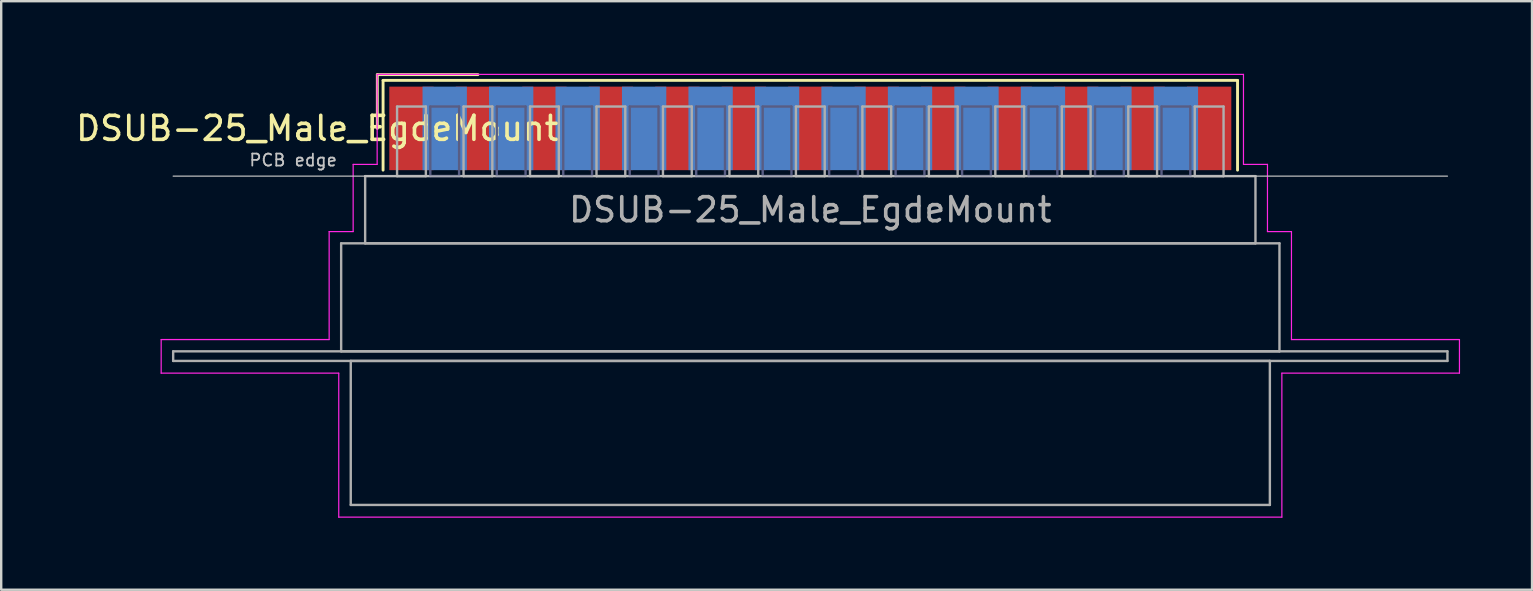
<source format=kicad_pcb>
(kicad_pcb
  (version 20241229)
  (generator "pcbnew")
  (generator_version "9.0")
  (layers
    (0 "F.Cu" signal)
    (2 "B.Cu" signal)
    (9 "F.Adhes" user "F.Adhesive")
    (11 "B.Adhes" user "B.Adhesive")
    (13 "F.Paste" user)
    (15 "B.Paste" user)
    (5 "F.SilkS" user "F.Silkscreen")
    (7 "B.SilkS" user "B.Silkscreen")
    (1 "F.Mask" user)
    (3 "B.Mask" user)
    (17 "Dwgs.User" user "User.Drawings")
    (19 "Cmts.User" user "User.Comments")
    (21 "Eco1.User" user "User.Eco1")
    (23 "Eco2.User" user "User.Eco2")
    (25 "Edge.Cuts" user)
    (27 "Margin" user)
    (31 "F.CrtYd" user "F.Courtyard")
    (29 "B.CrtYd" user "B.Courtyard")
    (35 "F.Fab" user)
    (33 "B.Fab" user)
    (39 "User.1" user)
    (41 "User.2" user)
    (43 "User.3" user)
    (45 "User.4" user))
  (footprint "DSUB-25_Male_EgdeMount"
    (layer "F.Cu")
    (at 30.716 2.3)
    (property "Reference" "DSUB-25_Male_EgdeMount" (at -20.543 0 0) (layer "F.SilkS") (effects (font (size 1 1) (thickness 0.15))))
    (attr smd)
    (fp_line (start -18.043 -2.24) (end -13.85 -2.24) (stroke (width 0.12) (type solid)) (layer "F.SilkS"))
    (fp_line (start -18.043 0) (end -18.043 -2.24) (stroke (width 0.12) (type solid)) (layer "F.SilkS"))
    (fp_line (start -17.803 -2) (end -17.803 1.74) (stroke (width 0.12) (type solid)) (layer "F.SilkS"))
    (fp_line (start 17.803 -2) (end -17.803 -2) (stroke (width 0.12) (type solid)) (layer "F.SilkS"))
    (fp_line (start 17.803 1.74) (end 17.803 -2) (stroke (width 0.12) (type solid)) (layer "F.SilkS"))
    (fp_line (start -26.55 1.99) (end 26.55 1.99) (stroke (width 0.05) (type solid)) (layer "Dwgs.User"))
    (fp_line (start -27.05 8.8) (end -20.05 8.8) (stroke (width 0.05) (type solid)) (layer "F.CrtYd"))
    (fp_line (start -27.05 10.2) (end -27.05 8.8) (stroke (width 0.05) (type solid)) (layer "F.CrtYd"))
    (fp_line (start -20.05 4.3) (end -19.05 4.3) (stroke (width 0.05) (type solid)) (layer "F.CrtYd"))
    (fp_line (start -20.05 8.8) (end -20.05 4.3) (stroke (width 0.05) (type solid)) (layer "F.CrtYd"))
    (fp_line (start -19.65 10.2) (end -27.05 10.2) (stroke (width 0.05) (type solid)) (layer "F.CrtYd"))
    (fp_line (start -19.65 16.2) (end -19.65 10.2) (stroke (width 0.05) (type solid)) (layer "F.CrtYd"))
    (fp_line (start -19.05 1.5) (end -18.05 1.5) (stroke (width 0.05) (type solid)) (layer "F.CrtYd"))
    (fp_line (start -19.05 4.3) (end -19.05 1.5) (stroke (width 0.05) (type solid)) (layer "F.CrtYd"))
    (fp_line (start -18.05 -2.25) (end 18.05 -2.25) (stroke (width 0.05) (type solid)) (layer "F.CrtYd"))
    (fp_line (start -18.05 1.5) (end -18.05 -2.25) (stroke (width 0.05) (type solid)) (layer "F.CrtYd"))
    (fp_line (start 18.05 -2.25) (end 18.05 1.5) (stroke (width 0.05) (type solid)) (layer "F.CrtYd"))
    (fp_line (start 18.05 1.5) (end 19.05 1.5) (stroke (width 0.05) (type solid)) (layer "F.CrtYd"))
    (fp_line (start 19.05 1.5) (end 19.05 4.3) (stroke (width 0.05) (type solid)) (layer "F.CrtYd"))
    (fp_line (start 19.05 4.3) (end 20.05 4.3) (stroke (width 0.05) (type solid)) (layer "F.CrtYd"))
    (fp_line (start 19.65 10.2) (end 19.65 16.2) (stroke (width 0.05) (type solid)) (layer "F.CrtYd"))
    (fp_line (start 19.65 16.2) (end -19.65 16.2) (stroke (width 0.05) (type solid)) (layer "F.CrtYd"))
    (fp_line (start 20.05 4.3) (end 20.05 8.8) (stroke (width 0.05) (type solid)) (layer "F.CrtYd"))
    (fp_line (start 20.05 8.8) (end 27.05 8.8) (stroke (width 0.05) (type solid)) (layer "F.CrtYd"))
    (fp_line (start 27.05 8.8) (end 27.05 10.2) (stroke (width 0.05) (type solid)) (layer "F.CrtYd"))
    (fp_line (start 27.05 10.2) (end 19.65 10.2) (stroke (width 0.05) (type solid)) (layer "F.CrtYd"))
    (fp_line (start -15.835 -0.91) (end -15.835 1.99) (stroke (width 0.1) (type solid)) (layer "B.Fab"))
    (fp_line (start -15.835 1.99) (end -14.635 1.99) (stroke (width 0.1) (type solid)) (layer "B.Fab"))
    (fp_line (start -14.635 -0.91) (end -15.835 -0.91) (stroke (width 0.1) (type solid)) (layer "B.Fab"))
    (fp_line (start -14.635 1.99) (end -14.635 -0.91) (stroke (width 0.1) (type solid)) (layer "B.Fab"))
    (fp_line (start -13.065 -0.91) (end -13.065 1.99) (stroke (width 0.1) (type solid)) (layer "B.Fab"))
    (fp_line (start -13.065 1.99) (end -11.865 1.99) (stroke (width 0.1) (type solid)) (layer "B.Fab"))
    (fp_line (start -11.865 -0.91) (end -13.065 -0.91) (stroke (width 0.1) (type solid)) (layer "B.Fab"))
    (fp_line (start -11.865 1.99) (end -11.865 -0.91) (stroke (width 0.1) (type solid)) (layer "B.Fab"))
    (fp_line (start -10.295 -0.91) (end -10.295 1.99) (stroke (width 0.1) (type solid)) (layer "B.Fab"))
    (fp_line (start -10.295 1.99) (end -9.095 1.99) (stroke (width 0.1) (type solid)) (layer "B.Fab"))
    (fp_line (start -9.095 -0.91) (end -10.295 -0.91) (stroke (width 0.1) (type solid)) (layer "B.Fab"))
    (fp_line (start -9.095 1.99) (end -9.095 -0.91) (stroke (width 0.1) (type solid)) (layer "B.Fab"))
    (fp_line (start -7.525 -0.91) (end -7.525 1.99) (stroke (width 0.1) (type solid)) (layer "B.Fab"))
    (fp_line (start -7.525 1.99) (end -6.325 1.99) (stroke (width 0.1) (type solid)) (layer "B.Fab"))
    (fp_line (start -6.325 -0.91) (end -7.525 -0.91) (stroke (width 0.1) (type solid)) (layer "B.Fab"))
    (fp_line (start -6.325 1.99) (end -6.325 -0.91) (stroke (width 0.1) (type solid)) (layer "B.Fab"))
    (fp_line (start -4.755 -0.91) (end -4.755 1.99) (stroke (width 0.1) (type solid)) (layer "B.Fab"))
    (fp_line (start -4.755 1.99) (end -3.555 1.99) (stroke (width 0.1) (type solid)) (layer "B.Fab"))
    (fp_line (start -3.555 -0.91) (end -4.755 -0.91) (stroke (width 0.1) (type solid)) (layer "B.Fab"))
    (fp_line (start -3.555 1.99) (end -3.555 -0.91) (stroke (width 0.1) (type solid)) (layer "B.Fab"))
    (fp_line (start -1.985 -0.91) (end -1.985 1.99) (stroke (width 0.1) (type solid)) (layer "B.Fab"))
    (fp_line (start -1.985 1.99) (end -0.785 1.99) (stroke (width 0.1) (type solid)) (layer "B.Fab"))
    (fp_line (start -0.785 -0.91) (end -1.985 -0.91) (stroke (width 0.1) (type solid)) (layer "B.Fab"))
    (fp_line (start -0.785 1.99) (end -0.785 -0.91) (stroke (width 0.1) (type solid)) (layer "B.Fab"))
    (fp_line (start 0.785 -0.91) (end 0.785 1.99) (stroke (width 0.1) (type solid)) (layer "B.Fab"))
    (fp_line (start 0.785 1.99) (end 1.985 1.99) (stroke (width 0.1) (type solid)) (layer "B.Fab"))
    (fp_line (start 1.985 -0.91) (end 0.785 -0.91) (stroke (width 0.1) (type solid)) (layer "B.Fab"))
    (fp_line (start 1.985 1.99) (end 1.985 -0.91) (stroke (width 0.1) (type solid)) (layer "B.Fab"))
    (fp_line (start 3.555 -0.91) (end 3.555 1.99) (stroke (width 0.1) (type solid)) (layer "B.Fab"))
    (fp_line (start 3.555 1.99) (end 4.755 1.99) (stroke (width 0.1) (type solid)) (layer "B.Fab"))
    (fp_line (start 4.755 -0.91) (end 3.555 -0.91) (stroke (width 0.1) (type solid)) (layer "B.Fab"))
    (fp_line (start 4.755 1.99) (end 4.755 -0.91) (stroke (width 0.1) (type solid)) (layer "B.Fab"))
    (fp_line (start 6.325 -0.91) (end 6.325 1.99) (stroke (width 0.1) (type solid)) (layer "B.Fab"))
    (fp_line (start 6.325 1.99) (end 7.525 1.99) (stroke (width 0.1) (type solid)) (layer "B.Fab"))
    (fp_line (start 7.525 -0.91) (end 6.325 -0.91) (stroke (width 0.1) (type solid)) (layer "B.Fab"))
    (fp_line (start 7.525 1.99) (end 7.525 -0.91) (stroke (width 0.1) (type solid)) (layer "B.Fab"))
    (fp_line (start 9.095 -0.91) (end 9.095 1.99) (stroke (width 0.1) (type solid)) (layer "B.Fab"))
    (fp_line (start 9.095 1.99) (end 10.295 1.99) (stroke (width 0.1) (type solid)) (layer "B.Fab"))
    (fp_line (start 10.295 -0.91) (end 9.095 -0.91) (stroke (width 0.1) (type solid)) (layer "B.Fab"))
    (fp_line (start 10.295 1.99) (end 10.295 -0.91) (stroke (width 0.1) (type solid)) (layer "B.Fab"))
    (fp_line (start 11.865 -0.91) (end 11.865 1.99) (stroke (width 0.1) (type solid)) (layer "B.Fab"))
    (fp_line (start 11.865 1.99) (end 13.065 1.99) (stroke (width 0.1) (type solid)) (layer "B.Fab"))
    (fp_line (start 13.065 -0.91) (end 11.865 -0.91) (stroke (width 0.1) (type solid)) (layer "B.Fab"))
    (fp_line (start 13.065 1.99) (end 13.065 -0.91) (stroke (width 0.1) (type solid)) (layer "B.Fab"))
    (fp_line (start 14.635 -0.91) (end 14.635 1.99) (stroke (width 0.1) (type solid)) (layer "B.Fab"))
    (fp_line (start 14.635 1.99) (end 15.835 1.99) (stroke (width 0.1) (type solid)) (layer "B.Fab"))
    (fp_line (start 15.835 -0.91) (end 14.635 -0.91) (stroke (width 0.1) (type solid)) (layer "B.Fab"))
    (fp_line (start 15.835 1.99) (end 15.835 -0.91) (stroke (width 0.1) (type solid)) (layer "B.Fab"))
    (fp_line (start -26.55 9.29) (end -26.55 9.69) (stroke (width 0.1) (type solid)) (layer "F.Fab"))
    (fp_line (start -26.55 9.69) (end 26.55 9.69) (stroke (width 0.1) (type solid)) (layer "F.Fab"))
    (fp_line (start -19.55 4.79) (end -19.55 9.29) (stroke (width 0.1) (type solid)) (layer "F.Fab"))
    (fp_line (start -19.55 9.29) (end 19.55 9.29) (stroke (width 0.1) (type solid)) (layer "F.Fab"))
    (fp_line (start -19.15 9.69) (end -19.15 15.69) (stroke (width 0.1) (type solid)) (layer "F.Fab"))
    (fp_line (start -19.15 15.69) (end 19.15 15.69) (stroke (width 0.1) (type solid)) (layer "F.Fab"))
    (fp_line (start -18.55 1.99) (end -18.55 4.79) (stroke (width 0.1) (type solid)) (layer "F.Fab"))
    (fp_line (start -18.55 4.79) (end 18.55 4.79) (stroke (width 0.1) (type solid)) (layer "F.Fab"))
    (fp_line (start -17.22 -0.91) (end -17.22 1.99) (stroke (width 0.1) (type solid)) (layer "F.Fab"))
    (fp_line (start -17.22 1.99) (end -16.02 1.99) (stroke (width 0.1) (type solid)) (layer "F.Fab"))
    (fp_line (start -16.02 -0.91) (end -17.22 -0.91) (stroke (width 0.1) (type solid)) (layer "F.Fab"))
    (fp_line (start -16.02 1.99) (end -16.02 -0.91) (stroke (width 0.1) (type solid)) (layer "F.Fab"))
    (fp_line (start -14.45 -0.91) (end -14.45 1.99) (stroke (width 0.1) (type solid)) (layer "F.Fab"))
    (fp_line (start -14.45 1.99) (end -13.25 1.99) (stroke (width 0.1) (type solid)) (layer "F.Fab"))
    (fp_line (start -13.25 -0.91) (end -14.45 -0.91) (stroke (width 0.1) (type solid)) (layer "F.Fab"))
    (fp_line (start -13.25 1.99) (end -13.25 -0.91) (stroke (width 0.1) (type solid)) (layer "F.Fab"))
    (fp_line (start -11.68 -0.91) (end -11.68 1.99) (stroke (width 0.1) (type solid)) (layer "F.Fab"))
    (fp_line (start -11.68 1.99) (end -10.48 1.99) (stroke (width 0.1) (type solid)) (layer "F.Fab"))
    (fp_line (start -10.48 -0.91) (end -11.68 -0.91) (stroke (width 0.1) (type solid)) (layer "F.Fab"))
    (fp_line (start -10.48 1.99) (end -10.48 -0.91) (stroke (width 0.1) (type solid)) (layer "F.Fab"))
    (fp_line (start -8.91 -0.91) (end -8.91 1.99) (stroke (width 0.1) (type solid)) (layer "F.Fab"))
    (fp_line (start -8.91 1.99) (end -7.71 1.99) (stroke (width 0.1) (type solid)) (layer "F.Fab"))
    (fp_line (start -7.71 -0.91) (end -8.91 -0.91) (stroke (width 0.1) (type solid)) (layer "F.Fab"))
    (fp_line (start -7.71 1.99) (end -7.71 -0.91) (stroke (width 0.1) (type solid)) (layer "F.Fab"))
    (fp_line (start -6.14 -0.91) (end -6.14 1.99) (stroke (width 0.1) (type solid)) (layer "F.Fab"))
    (fp_line (start -6.14 1.99) (end -4.94 1.99) (stroke (width 0.1) (type solid)) (layer "F.Fab"))
    (fp_line (start -4.94 -0.91) (end -6.14 -0.91) (stroke (width 0.1) (type solid)) (layer "F.Fab"))
    (fp_line (start -4.94 1.99) (end -4.94 -0.91) (stroke (width 0.1) (type solid)) (layer "F.Fab"))
    (fp_line (start -3.37 -0.91) (end -3.37 1.99) (stroke (width 0.1) (type solid)) (layer "F.Fab"))
    (fp_line (start -3.37 1.99) (end -2.17 1.99) (stroke (width 0.1) (type solid)) (layer "F.Fab"))
    (fp_line (start -2.17 -0.91) (end -3.37 -0.91) (stroke (width 0.1) (type solid)) (layer "F.Fab"))
    (fp_line (start -2.17 1.99) (end -2.17 -0.91) (stroke (width 0.1) (type solid)) (layer "F.Fab"))
    (fp_line (start -0.6 -0.91) (end -0.6 1.99) (stroke (width 0.1) (type solid)) (layer "F.Fab"))
    (fp_line (start -0.6 1.99) (end 0.6 1.99) (stroke (width 0.1) (type solid)) (layer "F.Fab"))
    (fp_line (start 0.6 -0.91) (end -0.6 -0.91) (stroke (width 0.1) (type solid)) (layer "F.Fab"))
    (fp_line (start 0.6 1.99) (end 0.6 -0.91) (stroke (width 0.1) (type solid)) (layer "F.Fab"))
    (fp_line (start 2.17 -0.91) (end 2.17 1.99) (stroke (width 0.1) (type solid)) (layer "F.Fab"))
    (fp_line (start 2.17 1.99) (end 3.37 1.99) (stroke (width 0.1) (type solid)) (layer "F.Fab"))
    (fp_line (start 3.37 -0.91) (end 2.17 -0.91) (stroke (width 0.1) (type solid)) (layer "F.Fab"))
    (fp_line (start 3.37 1.99) (end 3.37 -0.91) (stroke (width 0.1) (type solid)) (layer "F.Fab"))
    (fp_line (start 4.94 -0.91) (end 4.94 1.99) (stroke (width 0.1) (type solid)) (layer "F.Fab"))
    (fp_line (start 4.94 1.99) (end 6.14 1.99) (stroke (width 0.1) (type solid)) (layer "F.Fab"))
    (fp_line (start 6.14 -0.91) (end 4.94 -0.91) (stroke (width 0.1) (type solid)) (layer "F.Fab"))
    (fp_line (start 6.14 1.99) (end 6.14 -0.91) (stroke (width 0.1) (type solid)) (layer "F.Fab"))
    (fp_line (start 7.71 -0.91) (end 7.71 1.99) (stroke (width 0.1) (type solid)) (layer "F.Fab"))
    (fp_line (start 7.71 1.99) (end 8.91 1.99) (stroke (width 0.1) (type solid)) (layer "F.Fab"))
    (fp_line (start 8.91 -0.91) (end 7.71 -0.91) (stroke (width 0.1) (type solid)) (layer "F.Fab"))
    (fp_line (start 8.91 1.99) (end 8.91 -0.91) (stroke (width 0.1) (type solid)) (layer "F.Fab"))
    (fp_line (start 10.48 -0.91) (end 10.48 1.99) (stroke (width 0.1) (type solid)) (layer "F.Fab"))
    (fp_line (start 10.48 1.99) (end 11.68 1.99) (stroke (width 0.1) (type solid)) (layer "F.Fab"))
    (fp_line (start 11.68 -0.91) (end 10.48 -0.91) (stroke (width 0.1) (type solid)) (layer "F.Fab"))
    (fp_line (start 11.68 1.99) (end 11.68 -0.91) (stroke (width 0.1) (type solid)) (layer "F.Fab"))
    (fp_line (start 13.25 -0.91) (end 13.25 1.99) (stroke (width 0.1) (type solid)) (layer "F.Fab"))
    (fp_line (start 13.25 1.99) (end 14.45 1.99) (stroke (width 0.1) (type solid)) (layer "F.Fab"))
    (fp_line (start 14.45 -0.91) (end 13.25 -0.91) (stroke (width 0.1) (type solid)) (layer "F.Fab"))
    (fp_line (start 14.45 1.99) (end 14.45 -0.91) (stroke (width 0.1) (type solid)) (layer "F.Fab"))
    (fp_line (start 16.02 -0.91) (end 16.02 1.99) (stroke (width 0.1) (type solid)) (layer "F.Fab"))
    (fp_line (start 16.02 1.99) (end 17.22 1.99) (stroke (width 0.1) (type solid)) (layer "F.Fab"))
    (fp_line (start 17.22 -0.91) (end 16.02 -0.91) (stroke (width 0.1) (type solid)) (layer "F.Fab"))
    (fp_line (start 17.22 1.99) (end 17.22 -0.91) (stroke (width 0.1) (type solid)) (layer "F.Fab"))
    (fp_line (start 18.55 1.99) (end -18.55 1.99) (stroke (width 0.1) (type solid)) (layer "F.Fab"))
    (fp_line (start 18.55 4.79) (end 18.55 1.99) (stroke (width 0.1) (type solid)) (layer "F.Fab"))
    (fp_line (start 19.15 9.69) (end -19.15 9.69) (stroke (width 0.1) (type solid)) (layer "F.Fab"))
    (fp_line (start 19.15 15.69) (end 19.15 9.69) (stroke (width 0.1) (type solid)) (layer "F.Fab"))
    (fp_line (start 19.55 4.79) (end -19.55 4.79) (stroke (width 0.1) (type solid)) (layer "F.Fab"))
    (fp_line (start 19.55 9.29) (end 19.55 4.79) (stroke (width 0.1) (type solid)) (layer "F.Fab"))
    (fp_line (start 26.55 9.29) (end -26.55 9.29) (stroke (width 0.1) (type solid)) (layer "F.Fab"))
    (fp_line (start 26.55 9.69) (end 26.55 9.29) (stroke (width 0.1) (type solid)) (layer "F.Fab"))
    (fp_text user "PCB edge" (at -21.55 1.323 0) (layer "Dwgs.User") (effects (font (size 0.5 0.5) (thickness 0.075))))
    (fp_text user "${REFERENCE}" (at 0 3.39 0) (layer "F.Fab") (effects (font (size 1 1) (thickness 0.15))))
    (pad "1" smd rect (at -16.62 0) (size 1.847 3.48) (layers "F.Cu" "F.Mask" "F.Paste"))
    (pad "2" smd rect (at -13.85 0) (size 1.847 3.48) (layers "F.Cu" "F.Mask" "F.Paste"))
    (pad "3" smd rect (at -11.08 0) (size 1.847 3.48) (layers "F.Cu" "F.Mask" "F.Paste"))
    (pad "4" smd rect (at -8.31 0) (size 1.847 3.48) (layers "F.Cu" "F.Mask" "F.Paste"))
    (pad "5" smd rect (at -5.54 0) (size 1.847 3.48) (layers "F.Cu" "F.Mask" "F.Paste"))
    (pad "6" smd rect (at -2.77 0) (size 1.847 3.48) (layers "F.Cu" "F.Mask" "F.Paste"))
    (pad "7" smd rect (at 0 0) (size 1.847 3.48) (layers "F.Cu" "F.Mask" "F.Paste"))
    (pad "8" smd rect (at 2.77 0) (size 1.847 3.48) (layers "F.Cu" "F.Mask" "F.Paste"))
    (pad "9" smd rect (at 5.54 0) (size 1.847 3.48) (layers "F.Cu" "F.Mask" "F.Paste"))
    (pad "10" smd rect (at 8.31 0) (size 1.847 3.48) (layers "F.Cu" "F.Mask" "F.Paste"))
    (pad "11" smd rect (at 11.08 0) (size 1.847 3.48) (layers "F.Cu" "F.Mask" "F.Paste"))
    (pad "12" smd rect (at 13.85 0) (size 1.847 3.48) (layers "F.Cu" "F.Mask" "F.Paste"))
    (pad "13" smd rect (at 16.62 0) (size 1.847 3.48) (layers "F.Cu" "F.Mask" "F.Paste"))
    (pad "14" smd rect (at -15.235 0) (size 1.847 3.48) (layers "B.Cu" "B.Mask" "B.Paste"))
    (pad "15" smd rect (at -12.465 0) (size 1.847 3.48) (layers "B.Cu" "B.Mask" "B.Paste"))
    (pad "16" smd rect (at -9.695 0) (size 1.847 3.48) (layers "B.Cu" "B.Mask" "B.Paste"))
    (pad "17" smd rect (at -6.925 0) (size 1.847 3.48) (layers "B.Cu" "B.Mask" "B.Paste"))
    (pad "18" smd rect (at -4.155 0) (size 1.847 3.48) (layers "B.Cu" "B.Mask" "B.Paste"))
    (pad "19" smd rect (at -1.385 0) (size 1.847 3.48) (layers "B.Cu" "B.Mask" "B.Paste"))
    (pad "20" smd rect (at 1.385 0) (size 1.847 3.48) (layers "B.Cu" "B.Mask" "B.Paste"))
    (pad "21" smd rect (at 4.155 0) (size 1.847 3.48) (layers "B.Cu" "B.Mask" "B.Paste"))
    (pad "22" smd rect (at 6.925 0) (size 1.847 3.48) (layers "B.Cu" "B.Mask" "B.Paste"))
    (pad "23" smd rect (at 9.695 0) (size 1.847 3.48) (layers "B.Cu" "B.Mask" "B.Paste"))
    (pad "24" smd rect (at 12.465 0) (size 1.847 3.48) (layers "B.Cu" "B.Mask" "B.Paste"))
    (pad "25" smd rect (at 15.235 0) (size 1.847 3.48) (layers "B.Cu" "B.Mask" "B.Paste")))
  (gr_rect
    (start -3 -3)
    (end 60.791 21.525)
    (stroke (width 0.1) (type default))
    (fill no)
    (layer "Edge.Cuts")))
</source>
